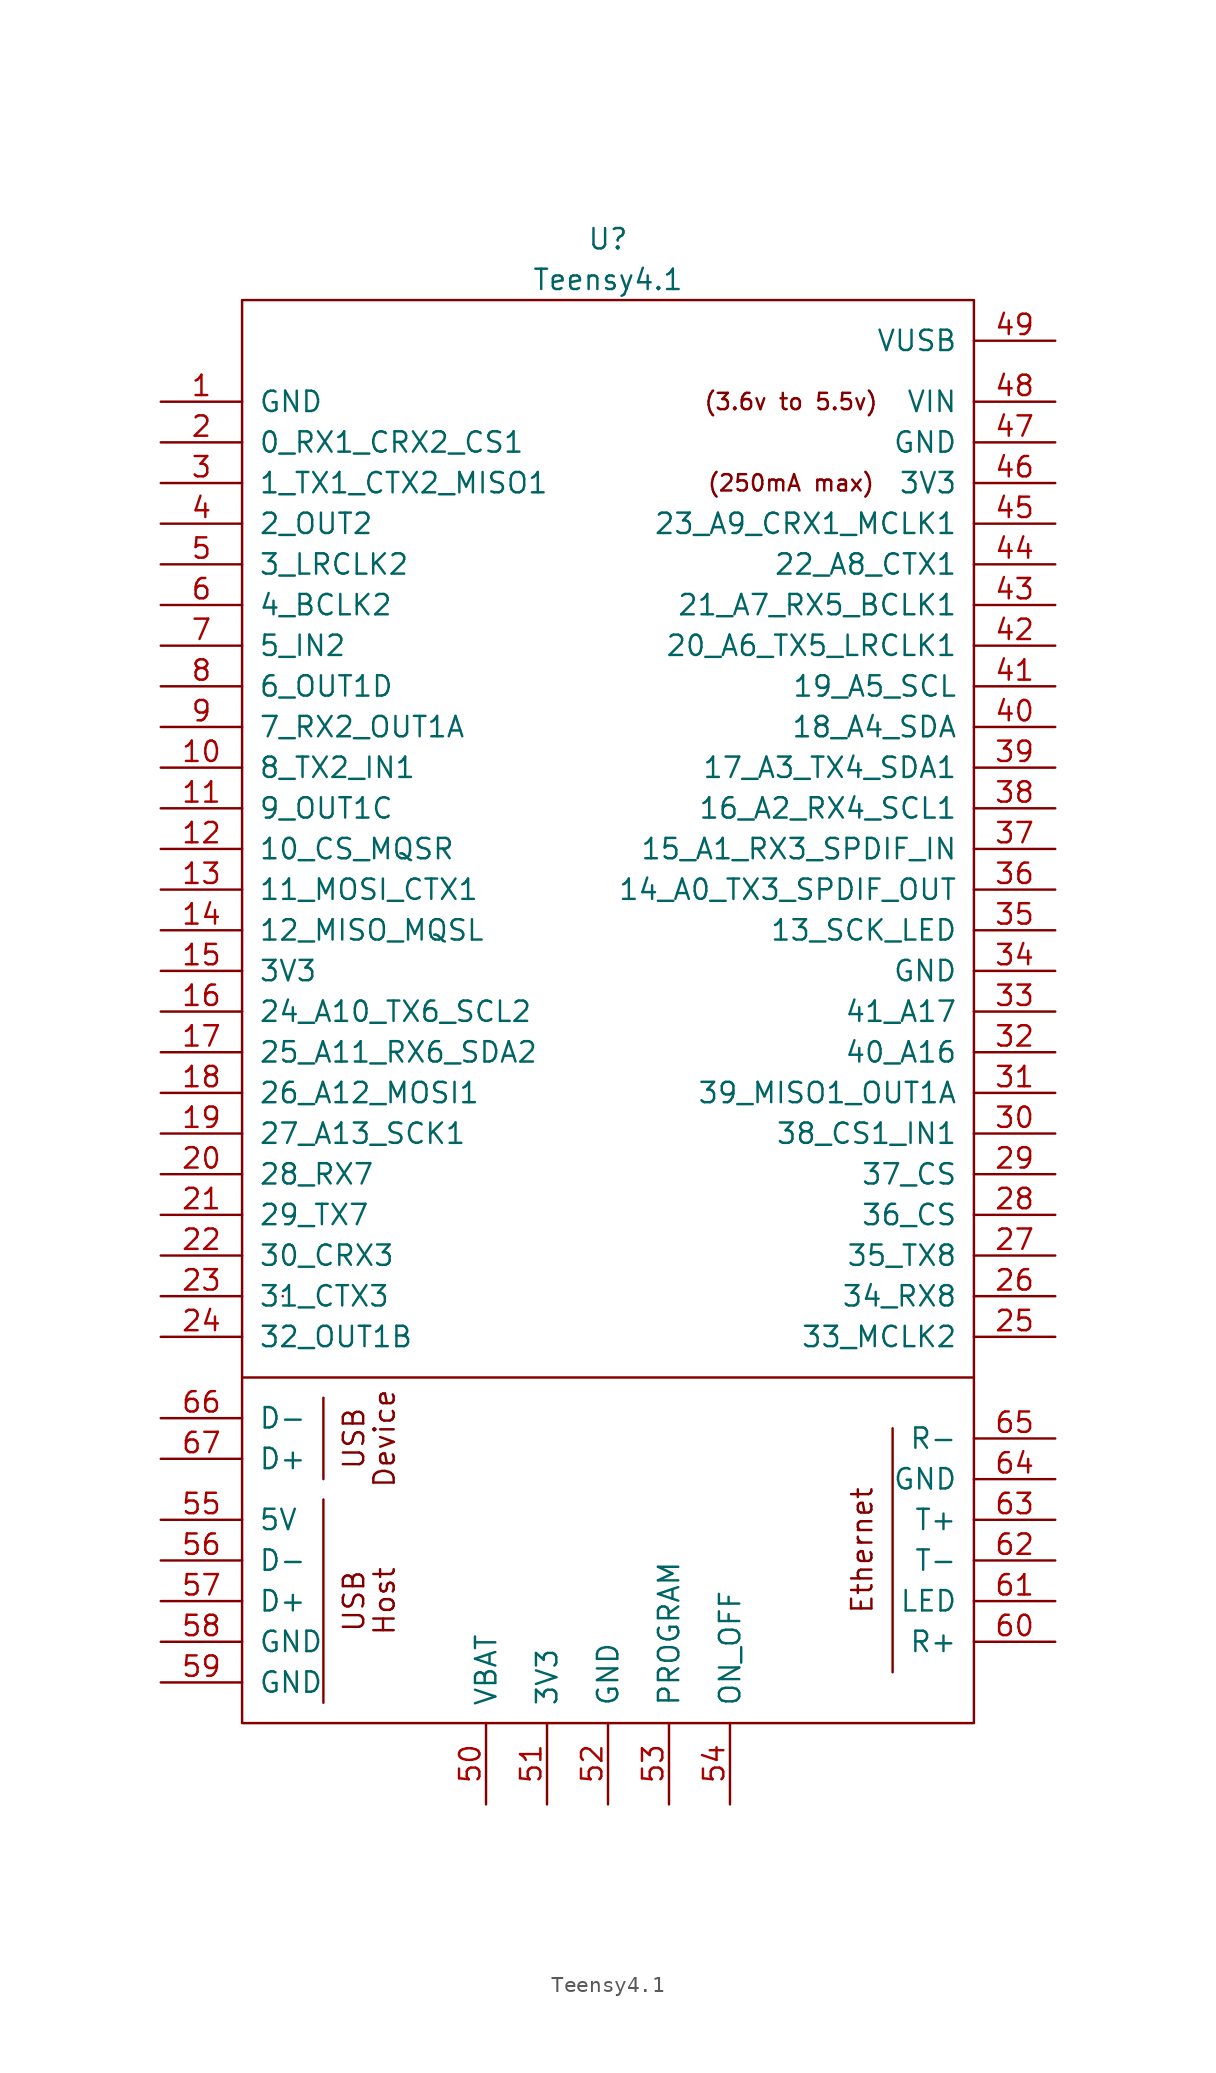
<source format=kicad_sym>
(kicad_symbol_lib
  (version 20231120)
  (generator "kicad_symbol_editor")
  (generator_version "8.0")
  (symbol "Teensy4.1"
    (pin_names
      (offset 1.016))
    (property "Reference" "U"
      (at 0 64.77 0)
      (effects (font (size 1.27 1.27))))
    (property "Value" "Teensy4.1"
      (at 0 62.23 0)
      (effects (font (size 1.27 1.27))))
    (symbol "Teensy4.1_0_0"
      (polyline (pts (xy -22.86 -6.35) (xy 22.86 -6.35)) (stroke (width 0) (type solid)) (fill (type none)))
      (polyline (pts (xy -17.78 -26.67) (xy -17.78 -13.97)) (stroke (width 0) (type solid)) (fill (type none)))
      (polyline (pts (xy -17.78 -7.62) (xy -17.78 -12.7)) (stroke (width 0) (type solid)) (fill (type none)))
      (polyline (pts (xy 17.78 -9.525) (xy 17.78 -24.765)) (stroke (width 0) (type solid)) (fill (type none)))
      (text "(250mA max)" (at 11.43 49.53 0) (effects (font (size 1.016 1.016))))
      (text "(3.6v to 5.5v)" (at 11.43 54.61 0) (effects (font (size 1.016 1.016))))
      (text "Device" (at -13.97 -10.16 900) (effects (font (size 1.27 1.27))))
      (text "Ethernet" (at 15.875 -17.145 900) (effects (font (size 1.27 1.27))))
      (text "Host" (at -13.97 -20.32 900) (effects (font (size 1.27 1.27))))
      (text "USB" (at -15.875 -20.32 900) (effects (font (size 1.27 1.27))))
      (text "USB" (at -15.875 -10.16 900) (effects (font (size 1.27 1.27))))
      (pin bidirectional line (at -27.94 31.75 0) (length 5.08) (name "8_TX2_IN1" (effects (font (size 1.27 1.27)))) (number "10" (effects (font (size 1.27 1.27)))))
      (pin bidirectional line (at -27.94 29.21 0) (length 5.08) (name "9_OUT1C" (effects (font (size 1.27 1.27)))) (number "11" (effects (font (size 1.27 1.27)))))
      (pin bidirectional line (at -27.94 26.67 0) (length 5.08) (name "10_CS_MQSR" (effects (font (size 1.27 1.27)))) (number "12" (effects (font (size 1.27 1.27)))))
      (pin bidirectional line (at -27.94 24.13 0) (length 5.08) (name "11_MOSI_CTX1" (effects (font (size 1.27 1.27)))) (number "13" (effects (font (size 1.27 1.27)))))
      (pin bidirectional line (at -27.94 21.59 0) (length 5.08) (name "12_MISO_MQSL" (effects (font (size 1.27 1.27)))) (number "14" (effects (font (size 1.27 1.27)))))
      (pin power_in line (at -27.94 19.05 0) (length 5.08) (name "3V3" (effects (font (size 1.27 1.27)))) (number "15" (effects (font (size 1.27 1.27)))))
      (pin bidirectional line (at -27.94 16.51 0) (length 5.08) (name "24_A10_TX6_SCL2" (effects (font (size 1.27 1.27)))) (number "16" (effects (font (size 1.27 1.27)))))
      (pin bidirectional line (at -27.94 13.97 0) (length 5.08) (name "25_A11_RX6_SDA2" (effects (font (size 1.27 1.27)))) (number "17" (effects (font (size 1.27 1.27)))))
      (pin bidirectional line (at -27.94 11.43 0) (length 5.08) (name "26_A12_MOSI1" (effects (font (size 1.27 1.27)))) (number "18" (effects (font (size 1.27 1.27)))))
      (pin bidirectional line (at -27.94 8.89 0) (length 5.08) (name "27_A13_SCK1" (effects (font (size 1.27 1.27)))) (number "19" (effects (font (size 1.27 1.27)))))
      (pin bidirectional line (at -27.94 6.35 0) (length 5.08) (name "28_RX7" (effects (font (size 1.27 1.27)))) (number "20" (effects (font (size 1.27 1.27)))))
      (pin bidirectional line (at -27.94 3.81 0) (length 5.08) (name "29_TX7" (effects (font (size 1.27 1.27)))) (number "21" (effects (font (size 1.27 1.27)))))
      (pin bidirectional line (at -27.94 1.27 0) (length 5.08) (name "30_CRX3" (effects (font (size 1.27 1.27)))) (number "22" (effects (font (size 1.27 1.27)))))
      (pin bidirectional line (at -27.94 -1.27 0) (length 5.08) (name "31_CTX3" (effects (font (size 1.27 1.27)))) (number "23" (effects (font (size 1.27 1.27)))))
      (pin bidirectional line (at -27.94 -3.81 0) (length 5.08) (name "32_OUT1B" (effects (font (size 1.27 1.27)))) (number "24" (effects (font (size 1.27 1.27)))))
      (pin bidirectional line (at 27.94 -3.81 180) (length 5.08) (name "33_MCLK2" (effects (font (size 1.27 1.27)))) (number "25" (effects (font (size 1.27 1.27)))))
      (pin bidirectional line (at 27.94 -1.27 180) (length 5.08) (name "34_RX8" (effects (font (size 1.27 1.27)))) (number "26" (effects (font (size 1.27 1.27)))))
      (pin bidirectional line (at 27.94 1.27 180) (length 5.08) (name "35_TX8" (effects (font (size 1.27 1.27)))) (number "27" (effects (font (size 1.27 1.27)))))
      (pin bidirectional line (at 27.94 3.81 180) (length 5.08) (name "36_CS" (effects (font (size 1.27 1.27)))) (number "28" (effects (font (size 1.27 1.27)))))
      (pin bidirectional line (at 27.94 6.35 180) (length 5.08) (name "37_CS" (effects (font (size 1.27 1.27)))) (number "29" (effects (font (size 1.27 1.27)))))
      (pin bidirectional line (at 27.94 8.89 180) (length 5.08) (name "38_CS1_IN1" (effects (font (size 1.27 1.27)))) (number "30" (effects (font (size 1.27 1.27)))))
      (pin bidirectional line (at 27.94 11.43 180) (length 5.08) (name "39_MISO1_OUT1A" (effects (font (size 1.27 1.27)))) (number "31" (effects (font (size 1.27 1.27)))))
      (pin bidirectional line (at 27.94 13.97 180) (length 5.08) (name "40_A16" (effects (font (size 1.27 1.27)))) (number "32" (effects (font (size 1.27 1.27)))))
      (pin bidirectional line (at 27.94 16.51 180) (length 5.08) (name "41_A17" (effects (font (size 1.27 1.27)))) (number "33" (effects (font (size 1.27 1.27)))))
      (pin bidirectional line (at 27.94 21.59 180) (length 5.08) (name "13_SCK_LED" (effects (font (size 1.27 1.27)))) (number "35" (effects (font (size 1.27 1.27)))))
      (pin bidirectional line (at 27.94 24.13 180) (length 5.08) (name "14_A0_TX3_SPDIF_OUT" (effects (font (size 1.27 1.27)))) (number "36" (effects (font (size 1.27 1.27)))))
      (pin bidirectional line (at 27.94 26.67 180) (length 5.08) (name "15_A1_RX3_SPDIF_IN" (effects (font (size 1.27 1.27)))) (number "37" (effects (font (size 1.27 1.27)))))
      (pin bidirectional line (at 27.94 29.21 180) (length 5.08) (name "16_A2_RX4_SCL1" (effects (font (size 1.27 1.27)))) (number "38" (effects (font (size 1.27 1.27)))))
      (pin bidirectional line (at 27.94 31.75 180) (length 5.08) (name "17_A3_TX4_SDA1" (effects (font (size 1.27 1.27)))) (number "39" (effects (font (size 1.27 1.27)))))
      (pin bidirectional line (at 27.94 34.29 180) (length 5.08) (name "18_A4_SDA" (effects (font (size 1.27 1.27)))) (number "40" (effects (font (size 1.27 1.27)))))
      (pin bidirectional line (at 27.94 36.83 180) (length 5.08) (name "19_A5_SCL" (effects (font (size 1.27 1.27)))) (number "41" (effects (font (size 1.27 1.27)))))
      (pin bidirectional line (at 27.94 39.37 180) (length 5.08) (name "20_A6_TX5_LRCLK1" (effects (font (size 1.27 1.27)))) (number "42" (effects (font (size 1.27 1.27)))))
      (pin bidirectional line (at 27.94 41.91 180) (length 5.08) (name "21_A7_RX5_BCLK1" (effects (font (size 1.27 1.27)))) (number "43" (effects (font (size 1.27 1.27)))))
      (pin bidirectional line (at 27.94 44.45 180) (length 5.08) (name "22_A8_CTX1" (effects (font (size 1.27 1.27)))) (number "44" (effects (font (size 1.27 1.27)))))
      (pin bidirectional line (at 27.94 46.99 180) (length 5.08) (name "23_A9_CRX1_MCLK1" (effects (font (size 1.27 1.27)))) (number "45" (effects (font (size 1.27 1.27)))))
      (pin output line (at 27.94 49.53 180) (length 5.08) (name "3V3" (effects (font (size 1.27 1.27)))) (number "46" (effects (font (size 1.27 1.27)))))
      (pin output line (at 27.94 52.07 180) (length 5.08) (name "GND" (effects (font (size 1.27 1.27)))) (number "47" (effects (font (size 1.27 1.27)))))
      (pin power_in line (at 27.94 54.61 180) (length 5.08) (name "VIN" (effects (font (size 1.27 1.27)))) (number "48" (effects (font (size 1.27 1.27)))))
      (pin power_out line (at 27.94 58.42 180) (length 5.08) (name "VUSB" (effects (font (size 1.27 1.27)))) (number "49" (effects (font (size 1.27 1.27)))))
      (pin bidirectional line (at -27.94 44.45 0) (length 5.08) (name "3_LRCLK2" (effects (font (size 1.27 1.27)))) (number "5" (effects (font (size 1.27 1.27)))))
      (pin power_in line (at -7.62 -33.02 90) (length 5.08) (name "VBAT" (effects (font (size 1.27 1.27)))) (number "50" (effects (font (size 1.27 1.27)))))
      (pin power_in line (at -3.81 -33.02 90) (length 5.08) (name "3V3" (effects (font (size 1.27 1.27)))) (number "51" (effects (font (size 1.27 1.27)))))
      (pin input line (at 0 -33.02 90) (length 5.08) (name "GND" (effects (font (size 1.27 1.27)))) (number "52" (effects (font (size 1.27 1.27)))))
      (pin input line (at 3.81 -33.02 90) (length 5.08) (name "PROGRAM" (effects (font (size 1.27 1.27)))) (number "53" (effects (font (size 1.27 1.27)))))
      (pin input line (at 7.62 -33.02 90) (length 5.08) (name "ON_OFF" (effects (font (size 1.27 1.27)))) (number "54" (effects (font (size 1.27 1.27)))))
      (pin power_out line (at -27.94 -15.24 0) (length 5.08) (name "5V" (effects (font (size 1.27 1.27)))) (number "55" (effects (font (size 1.27 1.27)))))
      (pin bidirectional line (at -27.94 -17.78 0) (length 5.08) (name "D-" (effects (font (size 1.27 1.27)))) (number "56" (effects (font (size 1.27 1.27)))))
      (pin bidirectional line (at -27.94 -20.32 0) (length 5.08) (name "D+" (effects (font (size 1.27 1.27)))) (number "57" (effects (font (size 1.27 1.27)))))
      (pin power_in line (at -27.94 -22.86 0) (length 5.08) (name "GND" (effects (font (size 1.27 1.27)))) (number "58" (effects (font (size 1.27 1.27)))))
      (pin power_in line (at -27.94 -25.4 0) (length 5.08) (name "GND" (effects (font (size 1.27 1.27)))) (number "59" (effects (font (size 1.27 1.27)))))
      (pin bidirectional line (at -27.94 41.91 0) (length 5.08) (name "4_BCLK2" (effects (font (size 1.27 1.27)))) (number "6" (effects (font (size 1.27 1.27)))))
      (pin bidirectional line (at 27.94 -22.86 180) (length 5.08) (name "R+" (effects (font (size 1.27 1.27)))) (number "60" (effects (font (size 1.27 1.27)))))
      (pin bidirectional line (at 27.94 -20.32 180) (length 5.08) (name "LED" (effects (font (size 1.27 1.27)))) (number "61" (effects (font (size 1.27 1.27)))))
      (pin bidirectional line (at 27.94 -17.78 180) (length 5.08) (name "T-" (effects (font (size 1.27 1.27)))) (number "62" (effects (font (size 1.27 1.27)))))
      (pin bidirectional line (at 27.94 -15.24 180) (length 5.08) (name "T+" (effects (font (size 1.27 1.27)))) (number "63" (effects (font (size 1.27 1.27)))))
      (pin power_in line (at 27.94 -12.7 180) (length 5.08) (name "GND" (effects (font (size 1.27 1.27)))) (number "64" (effects (font (size 1.27 1.27)))))
      (pin bidirectional line (at 27.94 -10.16 180) (length 5.08) (name "R-" (effects (font (size 1.27 1.27)))) (number "65" (effects (font (size 1.27 1.27)))))
      (pin bidirectional line (at -27.94 -8.89 0) (length 5.08) (name "D-" (effects (font (size 1.27 1.27)))) (number "66" (effects (font (size 1.27 1.27)))))
      (pin bidirectional line (at -27.94 -11.43 0) (length 5.08) (name "D+" (effects (font (size 1.27 1.27)))) (number "67" (effects (font (size 1.27 1.27)))))
      (pin bidirectional line (at -27.94 39.37 0) (length 5.08) (name "5_IN2" (effects (font (size 1.27 1.27)))) (number "7" (effects (font (size 1.27 1.27)))))
      (pin bidirectional line (at -27.94 36.83 0) (length 5.08) (name "6_OUT1D" (effects (font (size 1.27 1.27)))) (number "8" (effects (font (size 1.27 1.27)))))
      (pin bidirectional line (at -27.94 34.29 0) (length 5.08) (name "7_RX2_OUT1A" (effects (font (size 1.27 1.27)))) (number "9" (effects (font (size 1.27 1.27))))))
    (symbol "Teensy4.1_0_1"
      (rectangle (start -22.86 60.96) (end 22.86 -27.94) (stroke (width 0) (type solid)) (fill (type none)))
      (rectangle (start -20.32 -1.27) (end -20.32 -1.27) (stroke (width 0) (type solid)) (fill (type none))))
    (symbol "Teensy4.1_1_1"
      (pin power_in line (at -27.94 54.61 0) (length 5.08) (name "GND" (effects (font (size 1.27 1.27)))) (number "1" (effects (font (size 1.27 1.27)))))
      (pin bidirectional line (at -27.94 52.07 0) (length 5.08) (name "0_RX1_CRX2_CS1" (effects (font (size 1.27 1.27)))) (number "2" (effects (font (size 1.27 1.27)))))
      (pin bidirectional line (at -27.94 49.53 0) (length 5.08) (name "1_TX1_CTX2_MISO1" (effects (font (size 1.27 1.27)))) (number "3" (effects (font (size 1.27 1.27)))))
      (pin power_in line (at 27.94 19.05 180) (length 5.08) (name "GND" (effects (font (size 1.27 1.27)))) (number "34" (effects (font (size 1.27 1.27)))))
      (pin bidirectional line (at -27.94 46.99 0) (length 5.08) (name "2_OUT2" (effects (font (size 1.27 1.27)))) (number "4" (effects (font (size 1.27 1.27))))))))
</source>
